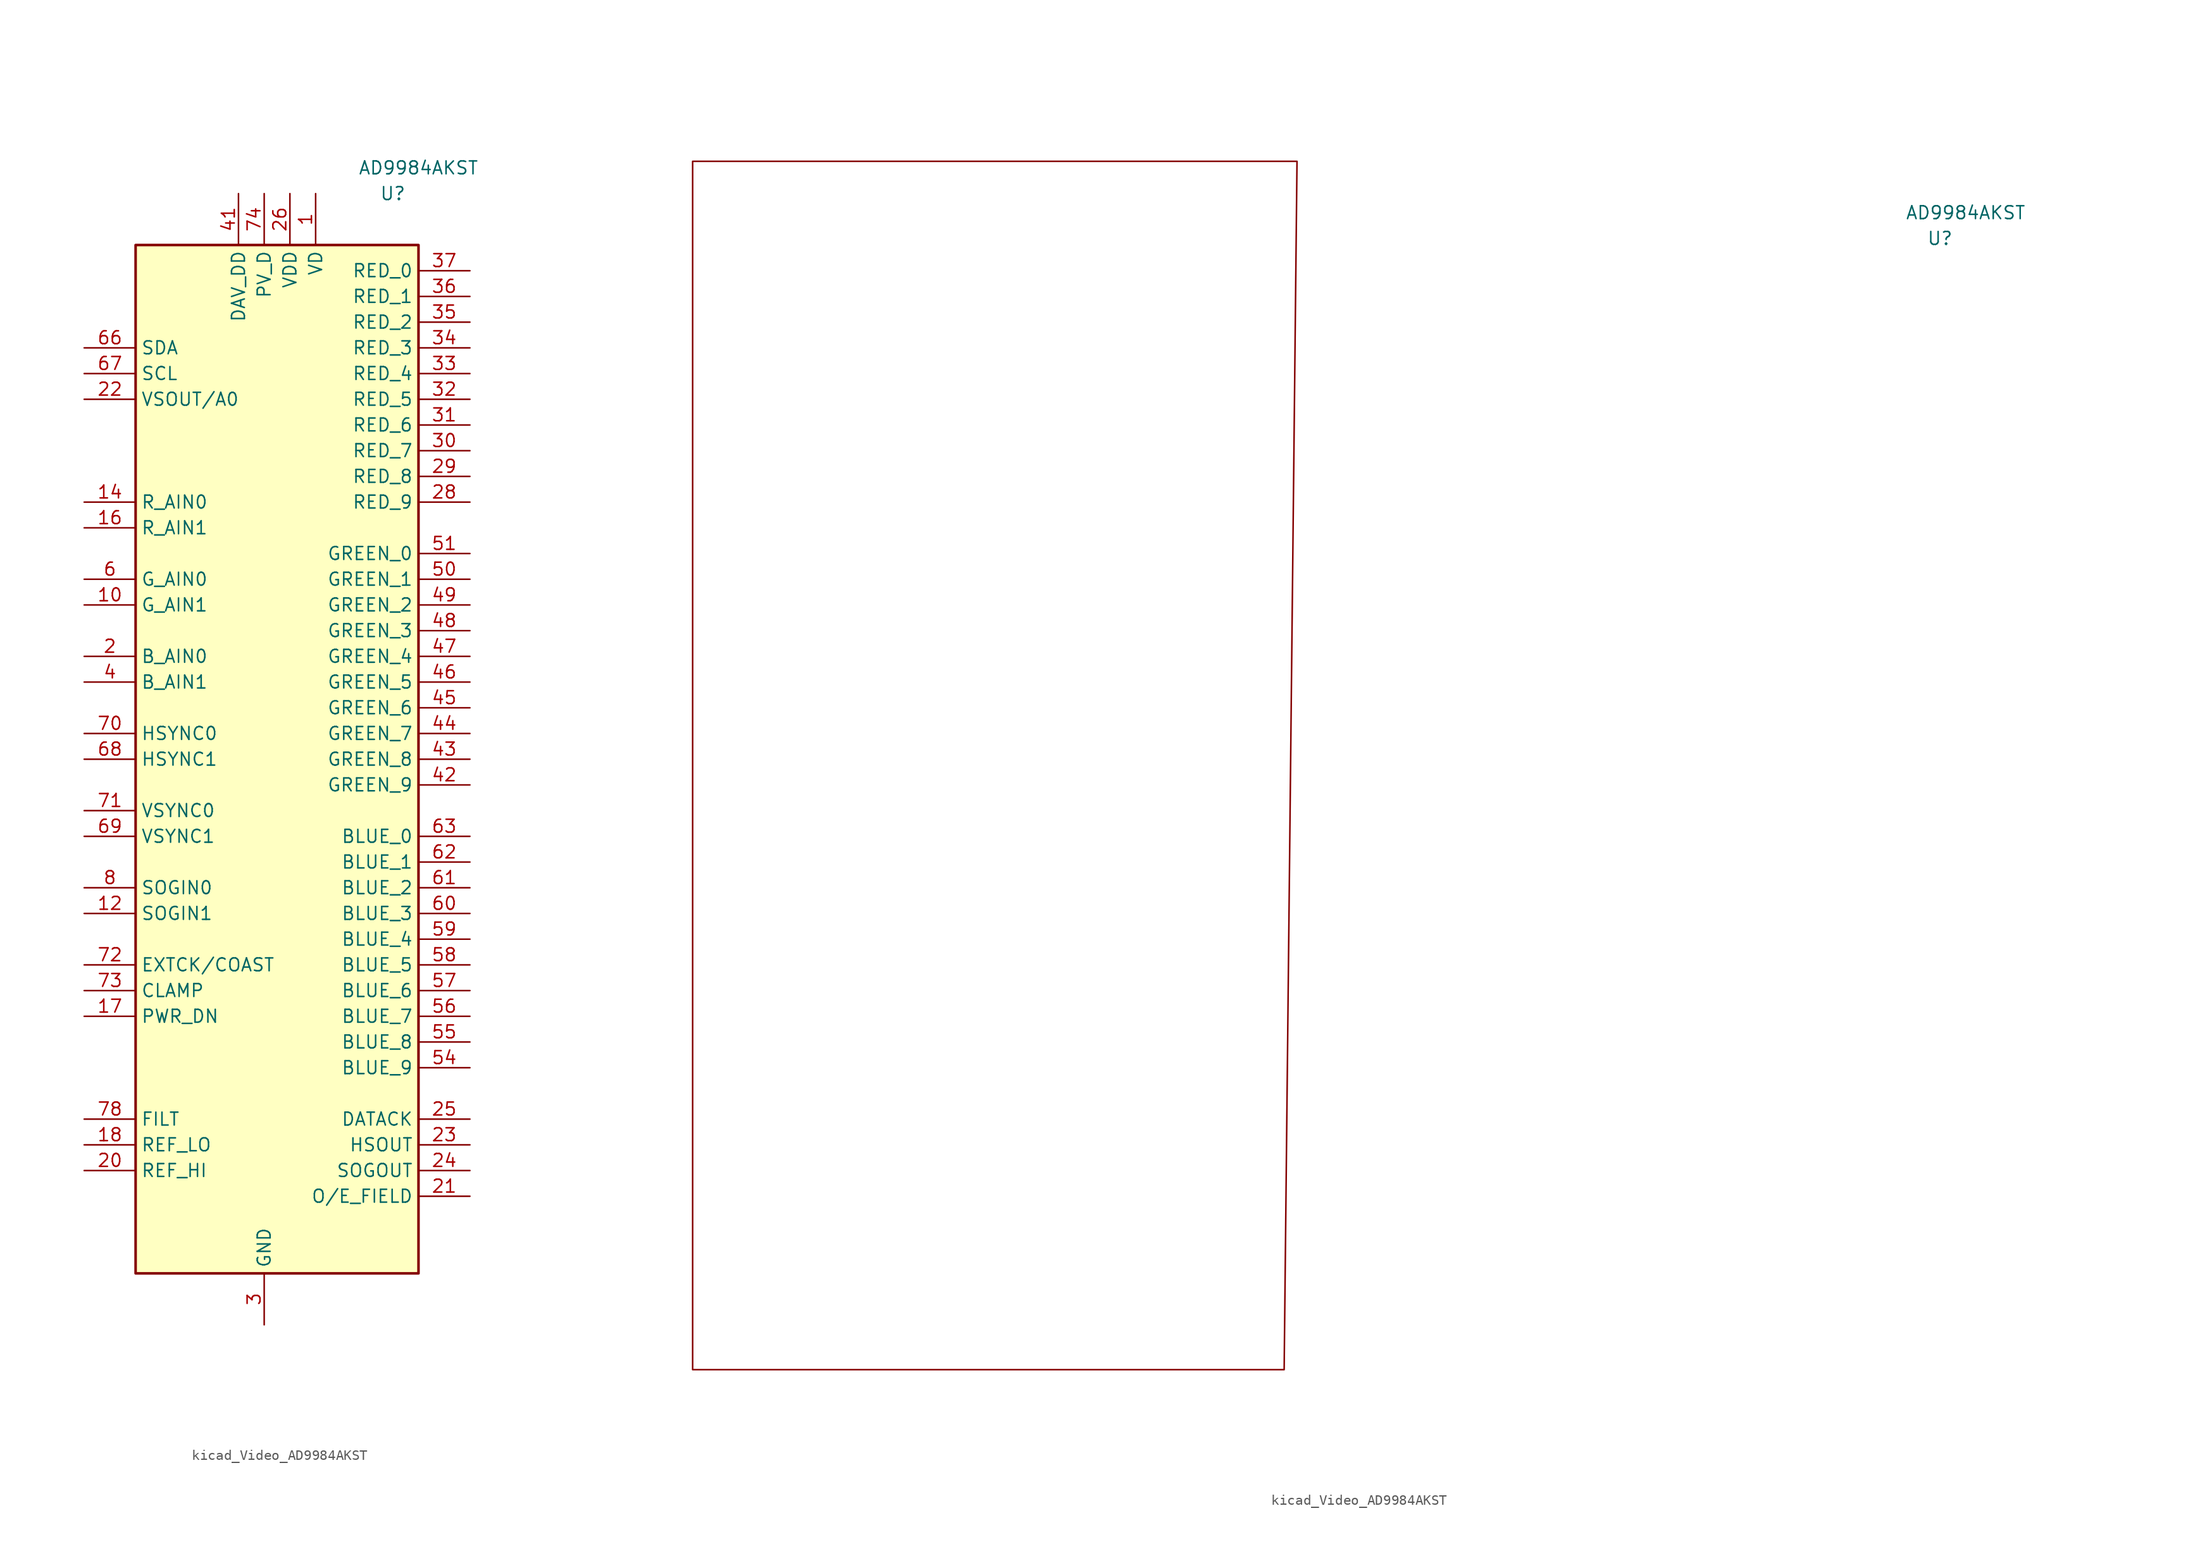
<source format=kicad_sym>
(kicad_symbol_lib
  (version 20220914)
  (generator kicad_symbol_editor)
  (symbol "kicad_Video_AD9984AKST"
    (property "Reference" "U"
      (at 10.16 55.88 0)
      (effects (font (size 1.27 1.27))))
    (property "Value" "AD9984AKST"
      (at 12.7 58.42 0)
      (effects (font (size 1.27 1.27))))
    (symbol "kicad_Video_AD9984AKST_0_1"
      (rectangle (start 12.7 50.8) (end -15.24 -50.8) (stroke (width 0.254) (type default)) (fill (type background))))
    (symbol "kicad_Video_AD9984AKST_0_2"
      (polyline (pts (xy -113.03 -55.88) (xy -54.61 -55.88) (xy -53.34 63.5) (xy -113.03 63.5) (xy -113.03 -55.88)) (stroke (width 0) (type default)) (fill (type none))))
    (symbol "kicad_Video_AD9984AKST_1_1"
      (pin power_in line (at 2.54 55.88 270) (length 5.08) (name "VD" (effects (font (size 1.27 1.27)))) (number "1" (effects (font (size 1.27 1.27)))))
      (pin input line (at -20.32 15.24 0) (length 5.08) (name "G_AIN1" (effects (font (size 1.27 1.27)))) (number "10" (effects (font (size 1.27 1.27)))))
      (pin passive line (at -2.54 -55.88 90) (length 5.08) hide (name "GND" (effects (font (size 1.27 1.27)))) (number "11" (effects (font (size 1.27 1.27)))))
      (pin input line (at -20.32 -15.24 0) (length 5.08) (name "SOGIN1" (effects (font (size 1.27 1.27)))) (number "12" (effects (font (size 1.27 1.27)))))
      (pin passive line (at 2.54 55.88 270) (length 5.08) hide (name "VD" (effects (font (size 1.27 1.27)))) (number "13" (effects (font (size 1.27 1.27)))))
      (pin input line (at -20.32 25.4 0) (length 5.08) (name "R_AIN0" (effects (font (size 1.27 1.27)))) (number "14" (effects (font (size 1.27 1.27)))))
      (pin passive line (at -2.54 -55.88 90) (length 5.08) hide (name "GND" (effects (font (size 1.27 1.27)))) (number "15" (effects (font (size 1.27 1.27)))))
      (pin input line (at -20.32 22.86 0) (length 5.08) (name "R_AIN1" (effects (font (size 1.27 1.27)))) (number "16" (effects (font (size 1.27 1.27)))))
      (pin input line (at -20.32 -25.4 0) (length 5.08) (name "PWR_DN" (effects (font (size 1.27 1.27)))) (number "17" (effects (font (size 1.27 1.27)))))
      (pin input line (at -20.32 -38.1 0) (length 5.08) (name "REF_LO" (effects (font (size 1.27 1.27)))) (number "18" (effects (font (size 1.27 1.27)))))
      (pin no_connect line (at 12.7 -48.26 180) (length 5.08) hide (name "NC" (effects (font (size 1.27 1.27)))) (number "19" (effects (font (size 1.27 1.27)))))
      (pin input line (at -20.32 10.16 0) (length 5.08) (name "B_AIN0" (effects (font (size 1.27 1.27)))) (number "2" (effects (font (size 1.27 1.27)))))
      (pin input line (at -20.32 -40.64 0) (length 5.08) (name "REF_HI" (effects (font (size 1.27 1.27)))) (number "20" (effects (font (size 1.27 1.27)))))
      (pin output line (at 17.78 -43.18 180) (length 5.08) (name "O/E_FIELD" (effects (font (size 1.27 1.27)))) (number "21" (effects (font (size 1.27 1.27)))))
      (pin bidirectional line (at -20.32 35.56 0) (length 5.08) (name "VSOUT/A0" (effects (font (size 1.27 1.27)))) (number "22" (effects (font (size 1.27 1.27)))))
      (pin output line (at 17.78 -38.1 180) (length 5.08) (name "HSOUT" (effects (font (size 1.27 1.27)))) (number "23" (effects (font (size 1.27 1.27)))))
      (pin output line (at 17.78 -40.64 180) (length 5.08) (name "SOGOUT" (effects (font (size 1.27 1.27)))) (number "24" (effects (font (size 1.27 1.27)))))
      (pin output line (at 17.78 -35.56 180) (length 5.08) (name "DATACK" (effects (font (size 1.27 1.27)))) (number "25" (effects (font (size 1.27 1.27)))))
      (pin power_in line (at 0 55.88 270) (length 5.08) (name "VDD" (effects (font (size 1.27 1.27)))) (number "26" (effects (font (size 1.27 1.27)))))
      (pin passive line (at -2.54 -55.88 90) (length 5.08) hide (name "GND" (effects (font (size 1.27 1.27)))) (number "27" (effects (font (size 1.27 1.27)))))
      (pin output line (at 17.78 25.4 180) (length 5.08) (name "RED_9" (effects (font (size 1.27 1.27)))) (number "28" (effects (font (size 1.27 1.27)))))
      (pin output line (at 17.78 27.94 180) (length 5.08) (name "RED_8" (effects (font (size 1.27 1.27)))) (number "29" (effects (font (size 1.27 1.27)))))
      (pin power_in line (at -2.54 -55.88 90) (length 5.08) (name "GND" (effects (font (size 1.27 1.27)))) (number "3" (effects (font (size 1.27 1.27)))))
      (pin output line (at 17.78 30.48 180) (length 5.08) (name "RED_7" (effects (font (size 1.27 1.27)))) (number "30" (effects (font (size 1.27 1.27)))))
      (pin output line (at 17.78 33.02 180) (length 5.08) (name "RED_6" (effects (font (size 1.27 1.27)))) (number "31" (effects (font (size 1.27 1.27)))))
      (pin output line (at 17.78 35.56 180) (length 5.08) (name "RED_5" (effects (font (size 1.27 1.27)))) (number "32" (effects (font (size 1.27 1.27)))))
      (pin output line (at 17.78 38.1 180) (length 5.08) (name "RED_4" (effects (font (size 1.27 1.27)))) (number "33" (effects (font (size 1.27 1.27)))))
      (pin output line (at 17.78 40.64 180) (length 5.08) (name "RED_3" (effects (font (size 1.27 1.27)))) (number "34" (effects (font (size 1.27 1.27)))))
      (pin output line (at 17.78 43.18 180) (length 5.08) (name "RED_2" (effects (font (size 1.27 1.27)))) (number "35" (effects (font (size 1.27 1.27)))))
      (pin output line (at 17.78 45.72 180) (length 5.08) (name "RED_1" (effects (font (size 1.27 1.27)))) (number "36" (effects (font (size 1.27 1.27)))))
      (pin output line (at 17.78 48.26 180) (length 5.08) (name "RED_0" (effects (font (size 1.27 1.27)))) (number "37" (effects (font (size 1.27 1.27)))))
      (pin passive line (at 0 55.88 270) (length 5.08) hide (name "VDD" (effects (font (size 1.27 1.27)))) (number "38" (effects (font (size 1.27 1.27)))))
      (pin passive line (at -2.54 -55.88 90) (length 5.08) hide (name "GND" (effects (font (size 1.27 1.27)))) (number "39" (effects (font (size 1.27 1.27)))))
      (pin input line (at -20.32 7.62 0) (length 5.08) (name "B_AIN1" (effects (font (size 1.27 1.27)))) (number "4" (effects (font (size 1.27 1.27)))))
      (pin passive line (at -2.54 -55.88 90) (length 5.08) hide (name "GND" (effects (font (size 1.27 1.27)))) (number "40" (effects (font (size 1.27 1.27)))))
      (pin power_in line (at -5.08 55.88 270) (length 5.08) (name "DAV_DD" (effects (font (size 1.27 1.27)))) (number "41" (effects (font (size 1.27 1.27)))))
      (pin output line (at 17.78 -2.54 180) (length 5.08) (name "GREEN_9" (effects (font (size 1.27 1.27)))) (number "42" (effects (font (size 1.27 1.27)))))
      (pin output line (at 17.78 0 180) (length 5.08) (name "GREEN_8" (effects (font (size 1.27 1.27)))) (number "43" (effects (font (size 1.27 1.27)))))
      (pin output line (at 17.78 2.54 180) (length 5.08) (name "GREEN_7" (effects (font (size 1.27 1.27)))) (number "44" (effects (font (size 1.27 1.27)))))
      (pin output line (at 17.78 5.08 180) (length 5.08) (name "GREEN_6" (effects (font (size 1.27 1.27)))) (number "45" (effects (font (size 1.27 1.27)))))
      (pin output line (at 17.78 7.62 180) (length 5.08) (name "GREEN_5" (effects (font (size 1.27 1.27)))) (number "46" (effects (font (size 1.27 1.27)))))
      (pin output line (at 17.78 10.16 180) (length 5.08) (name "GREEN_4" (effects (font (size 1.27 1.27)))) (number "47" (effects (font (size 1.27 1.27)))))
      (pin output line (at 17.78 12.7 180) (length 5.08) (name "GREEN_3" (effects (font (size 1.27 1.27)))) (number "48" (effects (font (size 1.27 1.27)))))
      (pin output line (at 17.78 15.24 180) (length 5.08) (name "GREEN_2" (effects (font (size 1.27 1.27)))) (number "49" (effects (font (size 1.27 1.27)))))
      (pin passive line (at 2.54 55.88 270) (length 5.08) hide (name "VD" (effects (font (size 1.27 1.27)))) (number "5" (effects (font (size 1.27 1.27)))))
      (pin output line (at 17.78 17.78 180) (length 5.08) (name "GREEN_1" (effects (font (size 1.27 1.27)))) (number "50" (effects (font (size 1.27 1.27)))))
      (pin output line (at 17.78 20.32 180) (length 5.08) (name "GREEN_0" (effects (font (size 1.27 1.27)))) (number "51" (effects (font (size 1.27 1.27)))))
      (pin passive line (at 0 55.88 270) (length 5.08) hide (name "VDD" (effects (font (size 1.27 1.27)))) (number "52" (effects (font (size 1.27 1.27)))))
      (pin passive line (at -2.54 -55.88 90) (length 5.08) hide (name "GND" (effects (font (size 1.27 1.27)))) (number "53" (effects (font (size 1.27 1.27)))))
      (pin output line (at 17.78 -30.48 180) (length 5.08) (name "BLUE_9" (effects (font (size 1.27 1.27)))) (number "54" (effects (font (size 1.27 1.27)))))
      (pin output line (at 17.78 -27.94 180) (length 5.08) (name "BLUE_8" (effects (font (size 1.27 1.27)))) (number "55" (effects (font (size 1.27 1.27)))))
      (pin output line (at 17.78 -25.4 180) (length 5.08) (name "BLUE_7" (effects (font (size 1.27 1.27)))) (number "56" (effects (font (size 1.27 1.27)))))
      (pin output line (at 17.78 -22.86 180) (length 5.08) (name "BLUE_6" (effects (font (size 1.27 1.27)))) (number "57" (effects (font (size 1.27 1.27)))))
      (pin output line (at 17.78 -20.32 180) (length 5.08) (name "BLUE_5" (effects (font (size 1.27 1.27)))) (number "58" (effects (font (size 1.27 1.27)))))
      (pin output line (at 17.78 -17.78 180) (length 5.08) (name "BLUE_4" (effects (font (size 1.27 1.27)))) (number "59" (effects (font (size 1.27 1.27)))))
      (pin input line (at -20.32 17.78 0) (length 5.08) (name "G_AIN0" (effects (font (size 1.27 1.27)))) (number "6" (effects (font (size 1.27 1.27)))))
      (pin output line (at 17.78 -15.24 180) (length 5.08) (name "BLUE_3" (effects (font (size 1.27 1.27)))) (number "60" (effects (font (size 1.27 1.27)))))
      (pin output line (at 17.78 -12.7 180) (length 5.08) (name "BLUE_2" (effects (font (size 1.27 1.27)))) (number "61" (effects (font (size 1.27 1.27)))))
      (pin output line (at 17.78 -10.16 180) (length 5.08) (name "BLUE_1" (effects (font (size 1.27 1.27)))) (number "62" (effects (font (size 1.27 1.27)))))
      (pin output line (at 17.78 -7.62 180) (length 5.08) (name "BLUE_0" (effects (font (size 1.27 1.27)))) (number "63" (effects (font (size 1.27 1.27)))))
      (pin passive line (at 0 55.88 270) (length 5.08) hide (name "VDD" (effects (font (size 1.27 1.27)))) (number "64" (effects (font (size 1.27 1.27)))))
      (pin passive line (at -2.54 -55.88 90) (length 5.08) hide (name "GND" (effects (font (size 1.27 1.27)))) (number "65" (effects (font (size 1.27 1.27)))))
      (pin bidirectional line (at -20.32 40.64 0) (length 5.08) (name "SDA" (effects (font (size 1.27 1.27)))) (number "66" (effects (font (size 1.27 1.27)))))
      (pin input line (at -20.32 38.1 0) (length 5.08) (name "SCL" (effects (font (size 1.27 1.27)))) (number "67" (effects (font (size 1.27 1.27)))))
      (pin input line (at -20.32 0 0) (length 5.08) (name "HSYNC1" (effects (font (size 1.27 1.27)))) (number "68" (effects (font (size 1.27 1.27)))))
      (pin input line (at -20.32 -7.62 0) (length 5.08) (name "VSYNC1" (effects (font (size 1.27 1.27)))) (number "69" (effects (font (size 1.27 1.27)))))
      (pin passive line (at -2.54 -55.88 90) (length 5.08) hide (name "GND" (effects (font (size 1.27 1.27)))) (number "7" (effects (font (size 1.27 1.27)))))
      (pin input line (at -20.32 2.54 0) (length 5.08) (name "HSYNC0" (effects (font (size 1.27 1.27)))) (number "70" (effects (font (size 1.27 1.27)))))
      (pin input line (at -20.32 -5.08 0) (length 5.08) (name "VSYNC0" (effects (font (size 1.27 1.27)))) (number "71" (effects (font (size 1.27 1.27)))))
      (pin input line (at -20.32 -20.32 0) (length 5.08) (name "EXTCK/COAST" (effects (font (size 1.27 1.27)))) (number "72" (effects (font (size 1.27 1.27)))))
      (pin input line (at -20.32 -22.86 0) (length 5.08) (name "CLAMP" (effects (font (size 1.27 1.27)))) (number "73" (effects (font (size 1.27 1.27)))))
      (pin power_in line (at -2.54 55.88 270) (length 5.08) (name "PV_D" (effects (font (size 1.27 1.27)))) (number "74" (effects (font (size 1.27 1.27)))))
      (pin passive line (at -2.54 -55.88 90) (length 5.08) hide (name "GND" (effects (font (size 1.27 1.27)))) (number "75" (effects (font (size 1.27 1.27)))))
      (pin passive line (at -2.54 55.88 270) (length 5.08) hide (name "PV_D" (effects (font (size 1.27 1.27)))) (number "76" (effects (font (size 1.27 1.27)))))
      (pin passive line (at -2.54 -55.88 90) (length 5.08) hide (name "GND" (effects (font (size 1.27 1.27)))) (number "77" (effects (font (size 1.27 1.27)))))
      (pin input line (at -20.32 -35.56 0) (length 5.08) (name "FILT" (effects (font (size 1.27 1.27)))) (number "78" (effects (font (size 1.27 1.27)))))
      (pin passive line (at -2.54 55.88 270) (length 5.08) hide (name "PV_D" (effects (font (size 1.27 1.27)))) (number "79" (effects (font (size 1.27 1.27)))))
      (pin input line (at -20.32 -12.7 0) (length 5.08) (name "SOGIN0" (effects (font (size 1.27 1.27)))) (number "8" (effects (font (size 1.27 1.27)))))
      (pin passive line (at -2.54 -55.88 90) (length 5.08) hide (name "GND" (effects (font (size 1.27 1.27)))) (number "80" (effects (font (size 1.27 1.27)))))
      (pin passive line (at 2.54 55.88 270) (length 5.08) hide (name "VD" (effects (font (size 1.27 1.27)))) (number "9" (effects (font (size 1.27 1.27))))))))
</source>
